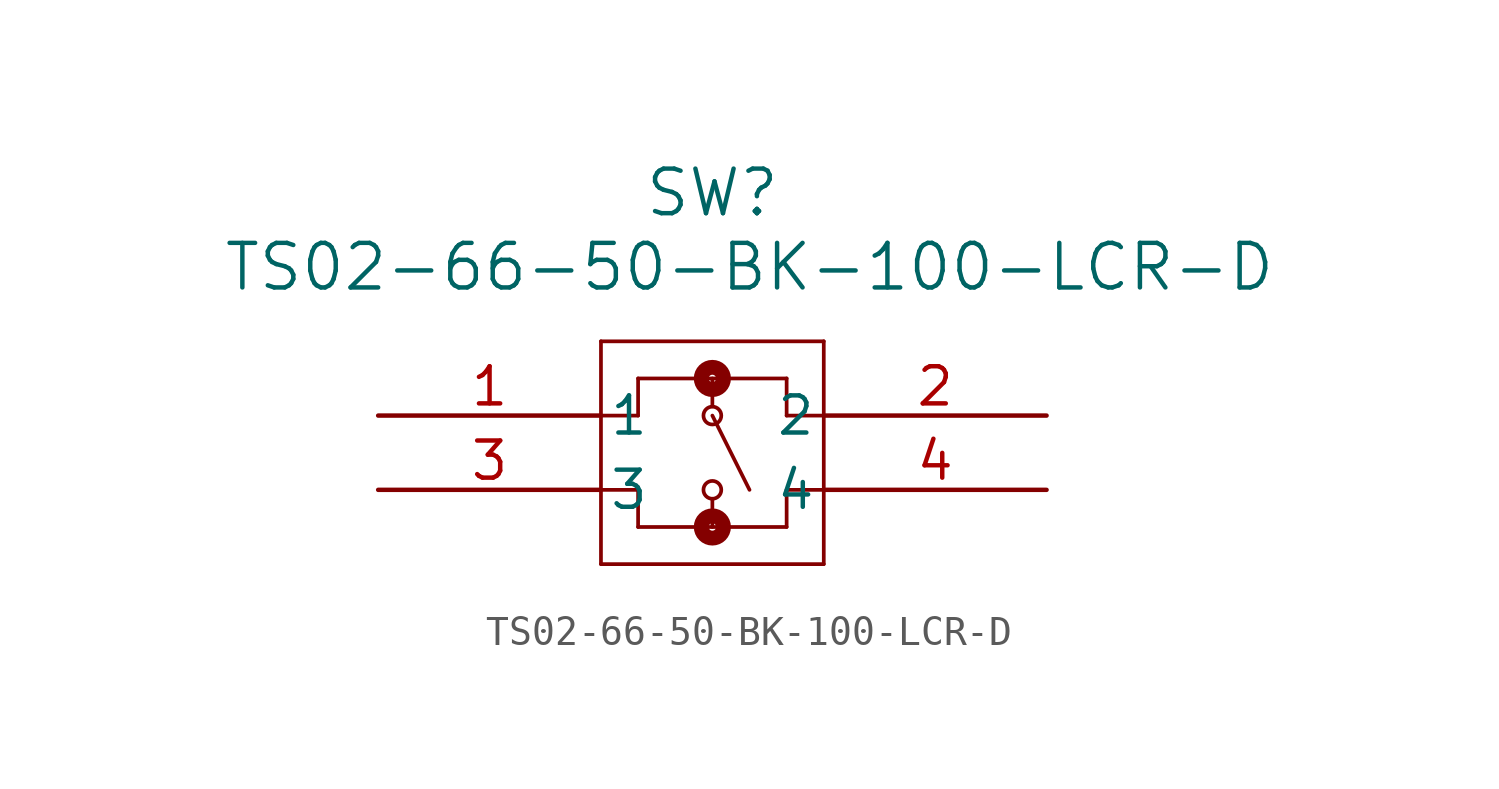
<source format=kicad_sym>
(kicad_symbol_lib
  (version 20211014)
  (generator kicad_symbol_editor)
  (symbol "TS02-66-50-BK-100-LCR-D"
    (pin_names
      (offset 0.254))
    (property "Reference" "SW"
      (at 11.43 7.62 0)
      (effects (font (size 1.524 1.524))))
    (property "Value" "TS02-66-50-BK-100-LCR-D"
      (at 12.7 5.08 0)
      (effects (font (size 1.524 1.524))))
    (symbol "TS02-66-50-BK-100-LCR-D_0_1"
      (polyline (pts (xy 7.62 2.54) (xy 7.62 -5.08)) (stroke (width 0.127) (type default) (color 0 0 0 0)) (fill (type none)))
      (polyline (pts (xy 7.62 -5.08) (xy 15.24 -5.08)) (stroke (width 0.127) (type default) (color 0 0 0 0)) (fill (type none)))
      (polyline (pts (xy 15.24 -5.08) (xy 15.24 2.54)) (stroke (width 0.127) (type default) (color 0 0 0 0)) (fill (type none)))
      (polyline (pts (xy 15.24 2.54) (xy 7.62 2.54)) (stroke (width 0.127) (type default) (color 0 0 0 0)) (fill (type none)))
      (polyline (pts (xy 7.62 0) (xy 8.89 0)) (stroke (width 0.127) (type default) (color 0 0 0 0)) (fill (type none)))
      (polyline (pts (xy 8.89 0) (xy 8.89 1.27)) (stroke (width 0.127) (type default) (color 0 0 0 0)) (fill (type none)))
      (polyline (pts (xy 8.89 1.27) (xy 13.97 1.27)) (stroke (width 0.127) (type default) (color 0 0 0 0)) (fill (type none)))
      (polyline (pts (xy 13.97 1.27) (xy 13.97 0)) (stroke (width 0.127) (type default) (color 0 0 0 0)) (fill (type none)))
      (polyline (pts (xy 13.97 0) (xy 15.24 0)) (stroke (width 0.127) (type default) (color 0 0 0 0)) (fill (type none)))
      (polyline (pts (xy 7.62 -2.54) (xy 8.89 -2.54)) (stroke (width 0.127) (type default) (color 0 0 0 0)) (fill (type none)))
      (polyline (pts (xy 8.89 -2.54) (xy 8.89 -3.81)) (stroke (width 0.127) (type default) (color 0 0 0 0)) (fill (type none)))
      (polyline (pts (xy 8.89 -3.81) (xy 13.97 -3.81)) (stroke (width 0.127) (type default) (color 0 0 0 0)) (fill (type none)))
      (polyline (pts (xy 13.97 -3.81) (xy 13.97 -2.54)) (stroke (width 0.127) (type default) (color 0 0 0 0)) (fill (type none)))
      (polyline (pts (xy 13.97 -2.54) (xy 15.24 -2.54)) (stroke (width 0.127) (type default) (color 0 0 0 0)) (fill (type none)))
      (polyline (pts (xy 11.43 -2.845) (xy 11.43 -3.81)) (stroke (width 0.127) (type default) (color 0 0 0 0)) (fill (type none)))
      (polyline (pts (xy 11.43 0.318) (xy 11.43 1.27)) (stroke (width 0.127) (type default) (color 0 0 0 0)) (fill (type none)))
      (polyline (pts (xy 11.43 0) (xy 12.7 -2.54)) (stroke (width 0.127) (type default) (color 0 0 0 0)) (fill (type none)))
      (circle (center 11.43 0) (radius 0.305) (stroke (width 0.127) (type default) (color 0 0 0 0)) (fill (type none)))
      (circle (center 11.43 -2.54) (radius 0.305) (stroke (width 0.127) (type default) (color 0 0 0 0)) (fill (type none)))
      (circle (center 11.43 1.27) (radius 0.127) (stroke (width 0.508) (type default) (color 0 0 0 0)) (fill (type none)))
      (circle (center 11.43 -3.81) (radius 0.127) (stroke (width 0.508) (type default) (color 0 0 0 0)) (fill (type none)))
      (pin unspecified line (at 0 0 0) (length 7.62) (name "1" (effects (font (size 1.27 1.27)))) (number "1" (effects (font (size 1.27 1.27)))))
      (pin unspecified line (at 22.86 0 180) (length 7.62) (name "2" (effects (font (size 1.27 1.27)))) (number "2" (effects (font (size 1.27 1.27)))))
      (pin unspecified line (at 0 -2.54 0) (length 7.62) (name "3" (effects (font (size 1.27 1.27)))) (number "3" (effects (font (size 1.27 1.27)))))
      (pin unspecified line (at 22.86 -2.54 180) (length 7.62) (name "4" (effects (font (size 1.27 1.27)))) (number "4" (effects (font (size 1.27 1.27))))))))
</source>
